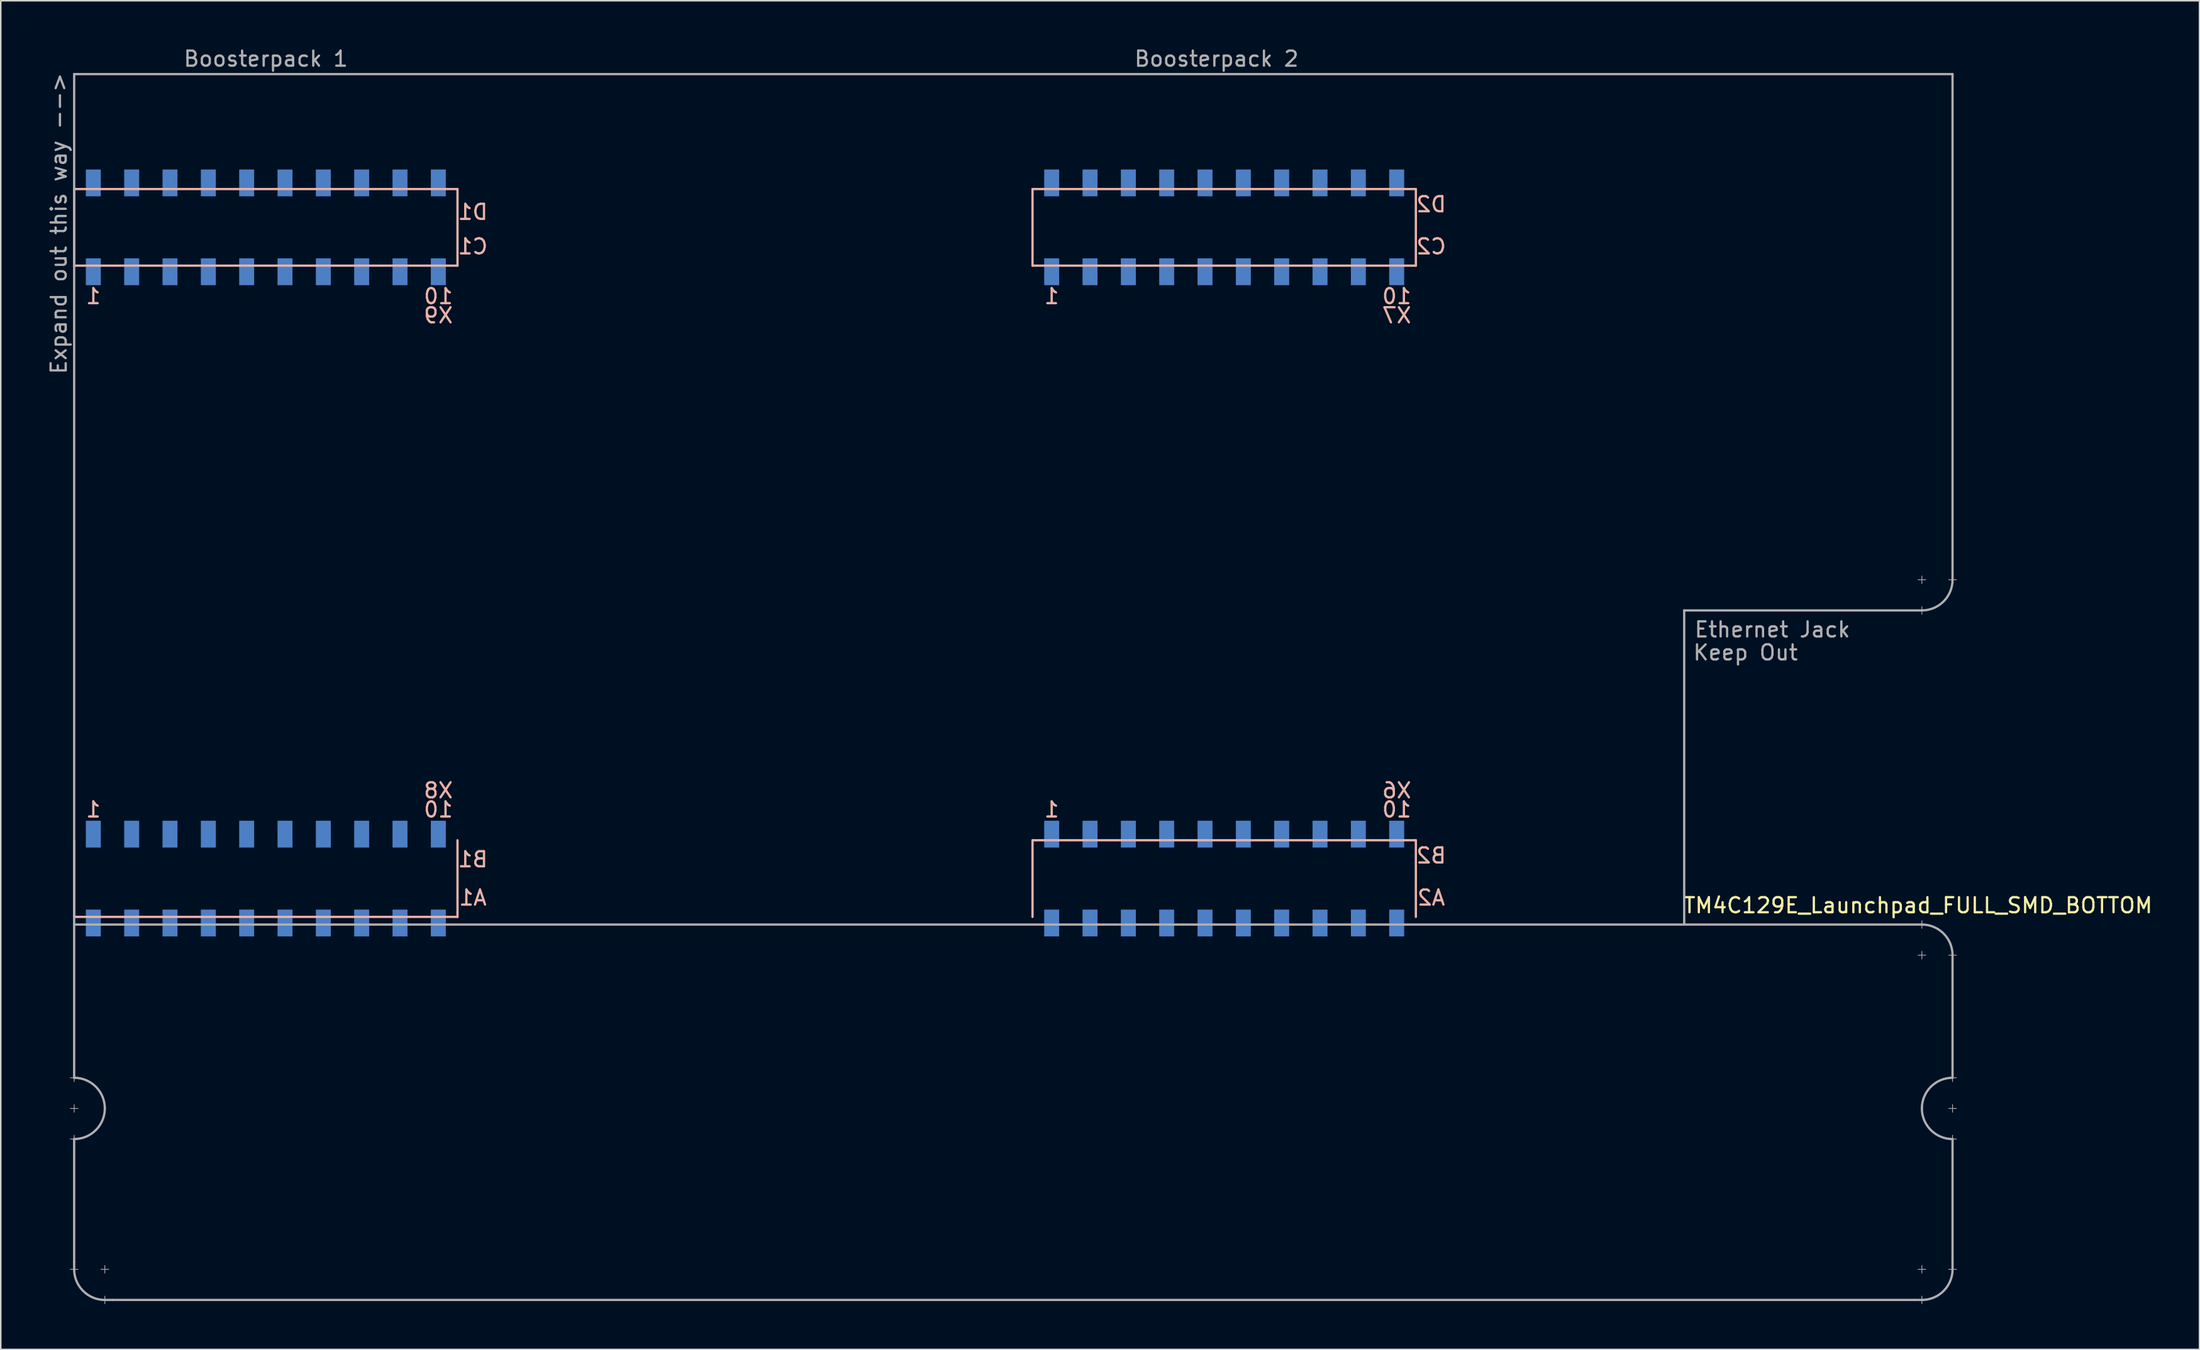
<source format=kicad_pcb>
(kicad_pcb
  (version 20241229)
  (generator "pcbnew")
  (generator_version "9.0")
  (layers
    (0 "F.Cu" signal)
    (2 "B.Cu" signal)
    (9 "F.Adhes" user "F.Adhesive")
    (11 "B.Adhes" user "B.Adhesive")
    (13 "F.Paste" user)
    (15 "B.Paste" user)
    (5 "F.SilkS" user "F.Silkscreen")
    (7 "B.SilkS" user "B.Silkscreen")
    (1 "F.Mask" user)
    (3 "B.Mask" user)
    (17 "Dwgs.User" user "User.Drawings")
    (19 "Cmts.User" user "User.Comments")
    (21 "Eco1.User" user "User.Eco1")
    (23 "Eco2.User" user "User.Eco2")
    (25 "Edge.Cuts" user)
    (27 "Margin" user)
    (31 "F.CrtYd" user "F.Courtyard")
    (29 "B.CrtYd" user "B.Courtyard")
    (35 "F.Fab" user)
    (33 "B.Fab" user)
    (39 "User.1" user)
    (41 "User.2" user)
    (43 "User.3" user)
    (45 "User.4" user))
  (footprint "TM4C129E_Launchpad_FULL_SMD_BOTTOM"
    (layer "F.Cu")
    (at 1.864 57.744)
    (property "Reference" "TM4C129E_Launchpad_FULL_SMD_BOTTOM" (at 122.174 -0.762 180) (layer "F.SilkS") (effects (font (size 1 1) (thickness 0.15))))
    (attr through_hole)
    (fp_line (start 25.4 -5.08) (end 0 -5.08) (stroke (width 0.15) (type solid)) (layer "F.Mask"))
    (fp_line (start 63.5 0) (end 88.9 0) (stroke (width 0.15) (type solid)) (layer "F.Mask"))
    (fp_line (start 0 -48.26) (end 0 -43.18) (stroke (width 0.15) (type solid)) (layer "B.SilkS"))
    (fp_line (start 0 -43.18) (end 25.4 -43.18) (stroke (width 0.15) (type solid)) (layer "B.SilkS"))
    (fp_line (start 0 -5.08) (end 0 0) (stroke (width 0.15) (type solid)) (layer "B.SilkS"))
    (fp_line (start 0 0) (end 25.4 0) (stroke (width 0.15) (type solid)) (layer "B.SilkS"))
    (fp_line (start 25.4 -48.26) (end 0 -48.26) (stroke (width 0.15) (type solid)) (layer "B.SilkS"))
    (fp_line (start 25.4 -43.18) (end 25.4 -48.26) (stroke (width 0.15) (type solid)) (layer "B.SilkS"))
    (fp_line (start 25.4 0) (end 25.4 -5.08) (stroke (width 0.15) (type solid)) (layer "B.SilkS"))
    (fp_line (start 63.5 -48.26) (end 63.5 -43.18) (stroke (width 0.15) (type solid)) (layer "B.SilkS"))
    (fp_line (start 63.5 -43.18) (end 88.9 -43.18) (stroke (width 0.15) (type solid)) (layer "B.SilkS"))
    (fp_line (start 63.5 -5.08) (end 63.5 0) (stroke (width 0.15) (type solid)) (layer "B.SilkS"))
    (fp_line (start 88.9 -48.26) (end 63.5 -48.26) (stroke (width 0.15) (type solid)) (layer "B.SilkS"))
    (fp_line (start 88.9 -43.18) (end 88.9 -48.26) (stroke (width 0.15) (type solid)) (layer "B.SilkS"))
    (fp_line (start 88.9 -5.08) (end 63.5 -5.08) (stroke (width 0.15) (type solid)) (layer "B.SilkS"))
    (fp_line (start 88.9 0) (end 88.9 -5.08) (stroke (width 0.15) (type solid)) (layer "B.SilkS"))
    (fp_line (start -0.254 10.668) (end 0.254 10.668) (stroke (width 0.05) (type solid)) (layer "F.Fab"))
    (fp_line (start -0.254 12.7) (end 0.254 12.7) (stroke (width 0.05) (type solid)) (layer "F.Fab"))
    (fp_line (start -0.254 14.732) (end 0.254 14.732) (stroke (width 0.05) (type solid)) (layer "F.Fab"))
    (fp_line (start 0 -55.88) (end 0 0.508) (stroke (width 0.15) (type solid)) (layer "F.Fab"))
    (fp_line (start 0 -55.88) (end 124.46 -55.88) (stroke (width 0.15) (type solid)) (layer "F.Fab"))
    (fp_line (start 0 0.508) (end 122.428 0.508) (stroke (width 0.15) (type solid)) (layer "F.Fab"))
    (fp_line (start 0 10.414) (end 0 10.922) (stroke (width 0.05) (type solid)) (layer "F.Fab"))
    (fp_line (start 0 10.668) (end 0 0.508) (stroke (width 0.15) (type solid)) (layer "F.Fab"))
    (fp_line (start 0 12.446) (end 0 12.954) (stroke (width 0.05) (type solid)) (layer "F.Fab"))
    (fp_line (start 0 14.478) (end 0 14.986) (stroke (width 0.05) (type solid)) (layer "F.Fab"))
    (fp_line (start 0 22.86) (end 0 14.732) (stroke (width 0.15) (type solid)) (layer "F.Fab"))
    (fp_line (start 0 22.86) (end 0 23.368) (stroke (width 0.15) (type solid)) (layer "F.Fab"))
    (fp_line (start 0.254 23.368) (end -0.254 23.368) (stroke (width 0.05) (type solid)) (layer "F.Fab"))
    (fp_line (start 1.778 23.368) (end 2.286 23.368) (stroke (width 0.05) (type solid)) (layer "F.Fab"))
    (fp_line (start 2.032 23.114) (end 2.032 23.622) (stroke (width 0.05) (type solid)) (layer "F.Fab"))
    (fp_line (start 2.032 25.146) (end 2.032 25.654) (stroke (width 0.05) (type solid)) (layer "F.Fab"))
    (fp_line (start 2.032 25.4) (end 2.54 25.4) (stroke (width 0.15) (type solid)) (layer "F.Fab"))
    (fp_line (start 2.54 25.4) (end 121.92 25.4) (stroke (width 0.15) (type solid)) (layer "F.Fab"))
    (fp_line (start 106.68 -20.32) (end 106.68 0.508) (stroke (width 0.15) (type solid)) (layer "F.Fab"))
    (fp_line (start 121.92 25.4) (end 122.428 25.4) (stroke (width 0.15) (type solid)) (layer "F.Fab"))
    (fp_line (start 122.174 -22.352) (end 122.682 -22.352) (stroke (width 0.05) (type solid)) (layer "F.Fab"))
    (fp_line (start 122.174 2.54) (end 122.682 2.54) (stroke (width 0.05) (type solid)) (layer "F.Fab"))
    (fp_line (start 122.174 23.368) (end 122.682 23.368) (stroke (width 0.05) (type solid)) (layer "F.Fab"))
    (fp_line (start 122.428 -22.606) (end 122.428 -22.098) (stroke (width 0.05) (type solid)) (layer "F.Fab"))
    (fp_line (start 122.428 -20.574) (end 122.428 -20.066) (stroke (width 0.05) (type solid)) (layer "F.Fab"))
    (fp_line (start 122.428 -20.32) (end 106.68 -20.32) (stroke (width 0.15) (type solid)) (layer "F.Fab"))
    (fp_line (start 122.428 0.254) (end 122.428 0.762) (stroke (width 0.05) (type solid)) (layer "F.Fab"))
    (fp_line (start 122.428 2.286) (end 122.428 2.794) (stroke (width 0.05) (type solid)) (layer "F.Fab"))
    (fp_line (start 122.428 23.114) (end 122.428 23.622) (stroke (width 0.05) (type solid)) (layer "F.Fab"))
    (fp_line (start 122.428 25.146) (end 122.428 25.654) (stroke (width 0.05) (type solid)) (layer "F.Fab"))
    (fp_line (start 124.206 -22.352) (end 124.714 -22.352) (stroke (width 0.05) (type solid)) (layer "F.Fab"))
    (fp_line (start 124.206 2.54) (end 124.714 2.54) (stroke (width 0.05) (type solid)) (layer "F.Fab"))
    (fp_line (start 124.206 10.668) (end 124.714 10.668) (stroke (width 0.05) (type solid)) (layer "F.Fab"))
    (fp_line (start 124.206 12.7) (end 124.714 12.7) (stroke (width 0.05) (type solid)) (layer "F.Fab"))
    (fp_line (start 124.206 14.732) (end 124.714 14.732) (stroke (width 0.05) (type solid)) (layer "F.Fab"))
    (fp_line (start 124.206 23.368) (end 124.714 23.368) (stroke (width 0.05) (type solid)) (layer "F.Fab"))
    (fp_line (start 124.46 -55.88) (end 124.46 -22.352) (stroke (width 0.15) (type solid)) (layer "F.Fab"))
    (fp_line (start 124.46 10.414) (end 124.46 10.922) (stroke (width 0.05) (type solid)) (layer "F.Fab"))
    (fp_line (start 124.46 10.668) (end 124.46 2.54) (stroke (width 0.15) (type solid)) (layer "F.Fab"))
    (fp_line (start 124.46 12.446) (end 124.46 12.954) (stroke (width 0.05) (type solid)) (layer "F.Fab"))
    (fp_line (start 124.46 14.478) (end 124.46 14.986) (stroke (width 0.05) (type solid)) (layer "F.Fab"))
    (fp_line (start 124.46 14.732) (end 124.46 22.86) (stroke (width 0.15) (type solid)) (layer "F.Fab"))
    (fp_line (start 124.46 23.343) (end 124.46 22.86) (stroke (width 0.15) (type solid)) (layer "F.Fab"))
    (fp_arc (start 0 10.668) (mid 1.436841 11.263159) (end 2.032 12.7) (stroke (width 0.15) (type solid)) (layer "F.Fab"))
    (fp_arc (start 2.032 12.7) (mid 1.436841 14.136841) (end 0 14.732) (stroke (width 0.15) (type solid)) (layer "F.Fab"))
    (fp_arc (start 2.032 25.4) (mid 0.595159 24.804841) (end 0 23.368) (stroke (width 0.15) (type solid)) (layer "F.Fab"))
    (fp_arc (start 122.428 0.508) (mid 123.864841 1.103159) (end 124.46 2.54) (stroke (width 0.15) (type solid)) (layer "F.Fab"))
    (fp_arc (start 122.428 12.7) (mid 123.023159 11.263159) (end 124.46 10.668) (stroke (width 0.15) (type solid)) (layer "F.Fab"))
    (fp_arc (start 124.46 -22.352) (mid 123.864841 -20.915159) (end 122.428 -20.32) (stroke (width 0.15) (type solid)) (layer "F.Fab"))
    (fp_arc (start 124.46 14.732) (mid 123.023159 14.136841) (end 122.428 12.7) (stroke (width 0.15) (type solid)) (layer "F.Fab"))
    (fp_arc (start 124.46 23.368) (mid 123.864841 24.804841) (end 122.428 25.4) (stroke (width 0.15) (type solid)) (layer "F.Fab"))
    (fp_text user "1" (at 64.77 -7.112 180) (layer "B.SilkS") (effects (font (size 1 1) (thickness 0.15)) (justify mirror)))
    (fp_text user "10" (at 87.63 -7.112 180) (layer "B.SilkS") (effects (font (size 1 1) (thickness 0.15)) (justify mirror)))
    (fp_text user "X9" (at 24.13 -39.878 180) (layer "B.SilkS") (effects (font (size 1 1) (thickness 0.15)) (justify mirror)))
    (fp_text user "A2" (at 89.916 -1.27 180) (layer "B.SilkS") (effects (font (size 1 1) (thickness 0.15)) (justify mirror)))
    (fp_text user "10" (at 24.13 -41.148 180) (layer "B.SilkS") (effects (font (size 1 1) (thickness 0.15)) (justify mirror)))
    (fp_text user "1" (at 64.77 -41.148 180) (layer "B.SilkS") (effects (font (size 1 1) (thickness 0.15)) (justify mirror)))
    (fp_text user "C1" (at 26.416 -44.45 180) (layer "B.SilkS") (effects (font (size 1 1) (thickness 0.15)) (justify mirror)))
    (fp_text user "X6" (at 87.63 -8.382 0) (layer "B.SilkS") (effects (font (size 1 1) (thickness 0.15)) (justify mirror)))
    (fp_text user "10" (at 87.63 -41.148 180) (layer "B.SilkS") (effects (font (size 1 1) (thickness 0.15)) (justify mirror)))
    (fp_text user "10" (at 24.13 -7.112 180) (layer "B.SilkS") (effects (font (size 1 1) (thickness 0.15)) (justify mirror)))
    (fp_text user "D1" (at 26.416 -46.736 180) (layer "B.SilkS") (effects (font (size 1 1) (thickness 0.15)) (justify mirror)))
    (fp_text user "1" (at 1.27 -7.112 180) (layer "B.SilkS") (effects (font (size 1 1) (thickness 0.15)) (justify mirror)))
    (fp_text user "B1" (at 26.416 -3.81 180) (layer "B.SilkS") (effects (font (size 1 1) (thickness 0.15)) (justify mirror)))
    (fp_text user "X8" (at 24.13 -8.382 180) (layer "B.SilkS") (effects (font (size 1 1) (thickness 0.15)) (justify mirror)))
    (fp_text user "X7" (at 87.63 -39.878 180) (layer "B.SilkS") (effects (font (size 1 1) (thickness 0.15)) (justify mirror)))
    (fp_text user "D2" (at 89.916 -47.244 0) (layer "B.SilkS") (effects (font (size 1 1) (thickness 0.15)) (justify mirror)))
    (fp_text user "A1" (at 26.416 -1.27 180) (layer "B.SilkS") (effects (font (size 1 1) (thickness 0.15)) (justify mirror)))
    (fp_text user "C2" (at 89.916 -44.45 180) (layer "B.SilkS") (effects (font (size 1 1) (thickness 0.15)) (justify mirror)))
    (fp_text user "1" (at 1.27 -41.148 180) (layer "B.SilkS") (effects (font (size 1 1) (thickness 0.15)) (justify mirror)))
    (fp_text user "B2" (at 89.916 -4.064 180) (layer "B.SilkS") (effects (font (size 1 1) (thickness 0.15)) (justify mirror)))
    (fp_text user "Keep Out" (at 110.744 -17.526 0) (layer "F.Fab") (effects (font (size 1 1) (thickness 0.15))))
    (fp_text user "Boosterpack 2" (at 75.692 -56.896 0) (layer "F.Fab") (effects (font (size 1 1) (thickness 0.15))))
    (fp_text user "Ethernet Jack" (at 112.522 -19.05 0) (layer "F.Fab") (effects (font (size 1 1) (thickness 0.15))))
    (fp_text user "Expand out this way -->" (at -1.016 -45.974 90) (layer "F.Fab") (effects (font (size 1 1) (thickness 0.15))))
    (fp_text user "Boosterpack 1" (at 12.7 -56.896 0) (layer "F.Fab") (effects (font (size 1 1) (thickness 0.15))))
    (pad "+3V3" smd rect (at 1.27 0.406 180) (size 0.991 1.778) (layers "B.Cu" "B.Mask" "B.Paste"))
    (pad "+3V3'" smd rect (at 64.77 0.406 180) (size 0.991 1.778) (layers "B.Cu" "B.Mask" "B.Paste"))
    (pad "+5V" smd rect (at 1.27 -5.486 180) (size 0.991 1.778) (layers "B.Cu" "B.Mask" "B.Paste"))
    (pad "+5V'" smd rect (at 64.77 -5.486 180) (size 0.991 1.778) (layers "B.Cu" "B.Mask" "B.Paste"))
    (pad "GND" smd rect (at 1.27 -48.666 180) (size 0.991 1.778) (layers "B.Cu" "B.Mask" "B.Paste"))
    (pad "GND" smd rect (at 3.81 -5.486 180) (size 0.991 1.778) (layers "B.Cu" "B.Mask" "B.Paste"))
    (pad "GND" smd rect (at 64.77 -48.666 180) (size 0.991 1.778) (layers "B.Cu" "B.Mask" "B.Paste"))
    (pad "GND" smd rect (at 67.31 -5.486 180) (size 0.991 1.778) (layers "B.Cu" "B.Mask" "B.Paste"))
    (pad "PA4" smd rect (at 85.09 -5.486 180) (size 0.991 1.778) (layers "B.Cu" "B.Mask" "B.Paste"))
    (pad "PA5" smd rect (at 87.63 -5.486 180) (size 0.991 1.778) (layers "B.Cu" "B.Mask" "B.Paste"))
    (pad "PA6" smd rect (at 19.05 -5.486 180) (size 0.991 1.778) (layers "B.Cu" "B.Mask" "B.Paste"))
    (pad "PA7" smd rect (at 72.39 -48.666 180) (size 0.991 1.778) (layers "B.Cu" "B.Mask" "B.Paste"))
    (pad "PB2" smd rect (at 21.59 0.406 180) (size 0.991 1.778) (layers "B.Cu" "B.Mask" "B.Paste"))
    (pad "PB3" smd rect (at 24.13 0.406 180) (size 0.991 1.778) (layers "B.Cu" "B.Mask" "B.Paste"))
    (pad "PB4" smd rect (at 69.85 -5.486 180) (size 0.991 1.778) (layers "B.Cu" "B.Mask" "B.Paste"))
    (pad "PB5" smd rect (at 72.39 -5.486 180) (size 0.991 1.778) (layers "B.Cu" "B.Mask" "B.Paste"))
    (pad "PC4" smd rect (at 6.35 0.406 180) (size 0.991 1.778) (layers "B.Cu" "B.Mask" "B.Paste"))
    (pad "PC5" smd rect (at 8.89 0.406 180) (size 0.991 1.778) (layers "B.Cu" "B.Mask" "B.Paste"))
    (pad "PC6" smd rect (at 11.43 0.406 180) (size 0.991 1.778) (layers "B.Cu" "B.Mask" "B.Paste"))
    (pad "PC7" smd rect (at 19.05 0.406 180) (size 0.991 1.778) (layers "B.Cu" "B.Mask" "B.Paste"))
    (pad "PD0" smd rect (at 16.51 -48.666 180) (size 0.991 1.778) (layers "B.Cu" "B.Mask" "B.Paste"))
    (pad "PD1" smd rect (at 13.97 -48.666 180) (size 0.991 1.778) (layers "B.Cu" "B.Mask" "B.Paste"))
    (pad "PD2" smd rect (at 67.31 0.406 180) (size 0.991 1.778) (layers "B.Cu" "B.Mask" "B.Paste"))
    (pad "PD3" smd rect (at 16.51 0.406 180) (size 0.991 1.778) (layers "B.Cu" "B.Mask" "B.Paste"))
    (pad "PD4" smd rect (at 74.93 0.406 180) (size 0.991 1.778) (layers "B.Cu" "B.Mask" "B.Paste"))
    (pad "PD5" smd rect (at 77.47 0.406 180) (size 0.991 1.778) (layers "B.Cu" "B.Mask" "B.Paste"))
    (pad "PD7" smd rect (at 16.51 -5.486 180) (size 0.991 1.778) (layers "B.Cu" "B.Mask" "B.Paste"))
    (pad "PE0" smd rect (at 6.35 -5.486 180) (size 0.991 1.778) (layers "B.Cu" "B.Mask" "B.Paste"))
    (pad "PE1" smd rect (at 8.89 -5.486 180) (size 0.991 1.778) (layers "B.Cu" "B.Mask" "B.Paste"))
    (pad "PE2" smd rect (at 11.43 -5.486 180) (size 0.991 1.778) (layers "B.Cu" "B.Mask" "B.Paste"))
    (pad "PE3" smd rect (at 13.97 -5.486 180) (size 0.991 1.778) (layers "B.Cu" "B.Mask" "B.Paste"))
    (pad "PE4" smd rect (at 3.81 0.406 180) (size 0.991 1.778) (layers "B.Cu" "B.Mask" "B.Paste"))
    (pad "PE5" smd rect (at 13.97 0.406 180) (size 0.991 1.778) (layers "B.Cu" "B.Mask" "B.Paste"))
    (pad "PF1" smd rect (at 1.27 -42.774 180) (size 0.991 1.778) (layers "B.Cu" "B.Mask" "B.Paste"))
    (pad "PF2" smd rect (at 3.81 -42.774 180) (size 0.991 1.778) (layers "B.Cu" "B.Mask" "B.Paste"))
    (pad "PF3" smd rect (at 6.35 -42.774 180) (size 0.991 1.778) (layers "B.Cu" "B.Mask" "B.Paste"))
    (pad "PG0" smd rect (at 8.89 -42.774 180) (size 0.991 1.778) (layers "B.Cu" "B.Mask" "B.Paste"))
    (pad "PG1" smd rect (at 64.77 -42.774 180) (size 0.991 1.778) (layers "B.Cu" "B.Mask" "B.Paste"))
    (pad "PH0" smd rect (at 80.01 -42.774 180) (size 0.991 1.778) (layers "B.Cu" "B.Mask" "B.Paste"))
    (pad "PH1" smd rect (at 82.55 -42.774 180) (size 0.991 1.778) (layers "B.Cu" "B.Mask" "B.Paste"))
    (pad "PH2" smd rect (at 6.35 -48.666 180) (size 0.991 1.778) (layers "B.Cu" "B.Mask" "B.Paste"))
    (pad "PH3" smd rect (at 8.89 -48.666 180) (size 0.991 1.778) (layers "B.Cu" "B.Mask" "B.Paste"))
    (pad "PK0" smd rect (at 74.93 -5.486 180) (size 0.991 1.778) (layers "B.Cu" "B.Mask" "B.Paste"))
    (pad "PK1" smd rect (at 77.47 -5.486 180) (size 0.991 1.778) (layers "B.Cu" "B.Mask" "B.Paste"))
    (pad "PK2" smd rect (at 80.01 -5.486 180) (size 0.991 1.778) (layers "B.Cu" "B.Mask" "B.Paste"))
    (pad "PK3" smd rect (at 82.55 -5.486 180) (size 0.991 1.778) (layers "B.Cu" "B.Mask" "B.Paste"))
    (pad "PK4" smd rect (at 67.31 -42.774 180) (size 0.991 1.778) (layers "B.Cu" "B.Mask" "B.Paste"))
    (pad "PK5" smd rect (at 69.85 -42.774 180) (size 0.991 1.778) (layers "B.Cu" "B.Mask" "B.Paste"))
    (pad "PK6" smd rect (at 85.09 -42.774 180) (size 0.991 1.778) (layers "B.Cu" "B.Mask" "B.Paste"))
    (pad "PK7" smd rect (at 87.63 -42.774 180) (size 0.991 1.778) (layers "B.Cu" "B.Mask" "B.Paste"))
    (pad "PL0" smd rect (at 16.51 -42.774 180) (size 0.991 1.778) (layers "B.Cu" "B.Mask" "B.Paste"))
    (pad "PL1" smd rect (at 19.05 -42.774 180) (size 0.991 1.778) (layers "B.Cu" "B.Mask" "B.Paste"))
    (pad "PL2" smd rect (at 21.59 -42.774 180) (size 0.991 1.778) (layers "B.Cu" "B.Mask" "B.Paste"))
    (pad "PL3" smd rect (at 24.13 -42.774 180) (size 0.991 1.778) (layers "B.Cu" "B.Mask" "B.Paste"))
    (pad "PL4" smd rect (at 11.43 -42.774 180) (size 0.991 1.778) (layers "B.Cu" "B.Mask" "B.Paste"))
    (pad "PL5" smd rect (at 13.97 -42.774 180) (size 0.991 1.778) (layers "B.Cu" "B.Mask" "B.Paste"))
    (pad "PM0" smd rect (at 72.39 -42.774 180) (size 0.991 1.778) (layers "B.Cu" "B.Mask" "B.Paste"))
    (pad "PM1" smd rect (at 74.93 -42.774 180) (size 0.991 1.778) (layers "B.Cu" "B.Mask" "B.Paste"))
    (pad "PM2" smd rect (at 77.47 -42.774 180) (size 0.991 1.778) (layers "B.Cu" "B.Mask" "B.Paste"))
    (pad "PM3" smd rect (at 3.81 -48.666 180) (size 0.991 1.778) (layers "B.Cu" "B.Mask" "B.Paste"))
    (pad "PM4" smd rect (at 21.59 -5.486 180) (size 0.991 1.778) (layers "B.Cu" "B.Mask" "B.Paste"))
    (pad "PM5" smd rect (at 24.13 -5.486 180) (size 0.991 1.778) (layers "B.Cu" "B.Mask" "B.Paste"))
    (pad "PM6" smd rect (at 87.63 -48.666 180) (size 0.991 1.778) (layers "B.Cu" "B.Mask" "B.Paste"))
    (pad "PM7" smd rect (at 67.31 -48.666 180) (size 0.991 1.778) (layers "B.Cu" "B.Mask" "B.Paste"))
    (pad "PN2" smd rect (at 19.05 -48.666 180) (size 0.991 1.778) (layers "B.Cu" "B.Mask" "B.Paste"))
    (pad "PN3" smd rect (at 21.59 -48.666 180) (size 0.991 1.778) (layers "B.Cu" "B.Mask" "B.Paste"))
    (pad "PN4" smd rect (at 87.63 0.406 180) (size 0.991 1.778) (layers "B.Cu" "B.Mask" "B.Paste"))
    (pad "PN5" smd rect (at 85.09 0.406 180) (size 0.991 1.778) (layers "B.Cu" "B.Mask" "B.Paste"))
    (pad "PP0" smd rect (at 69.85 0.406 180) (size 0.991 1.778) (layers "B.Cu" "B.Mask" "B.Paste"))
    (pad "PP1" smd rect (at 72.39 0.406 180) (size 0.991 1.778) (layers "B.Cu" "B.Mask" "B.Paste"))
    (pad "PP2" smd rect (at 24.13 -48.666 180) (size 0.991 1.778) (layers "B.Cu" "B.Mask" "B.Paste"))
    (pad "PP3" smd rect (at 82.55 -48.666 180) (size 0.991 1.778) (layers "B.Cu" "B.Mask" "B.Paste"))
    (pad "PP4" smd rect (at 82.55 0.406 180) (size 0.991 1.778) (layers "B.Cu" "B.Mask" "B.Paste"))
    (pad "PP5" smd rect (at 69.85 -48.666 180) (size 0.991 1.778) (layers "B.Cu" "B.Mask" "B.Paste"))
    (pad "PQ0" smd rect (at 80.01 0.406 180) (size 0.991 1.778) (layers "B.Cu" "B.Mask" "B.Paste"))
    (pad "PQ1" smd rect (at 85.09 -48.666 180) (size 0.991 1.778) (layers "B.Cu" "B.Mask" "B.Paste"))
    (pad "PQ2" smd rect (at 77.47 -48.666 180) (size 0.991 1.778) (layers "B.Cu" "B.Mask" "B.Paste"))
    (pad "PQ3" smd rect (at 80.01 -48.666 180) (size 0.991 1.778) (layers "B.Cu" "B.Mask" "B.Paste"))
    (pad "Rese" smd rect (at 11.43 -48.666 180) (size 0.991 1.778) (layers "B.Cu" "B.Mask" "B.Paste"))
    (pad "Rese'" smd rect (at 74.93 -48.666 180) (size 0.991 1.778) (layers "B.Cu" "B.Mask" "B.Paste")))
  (gr_rect
    (start -3 -3)
    (end 142.687 86.423)
    (stroke (width 0.1) (type default))
    (fill no)
    (layer "Edge.Cuts")))
</source>
